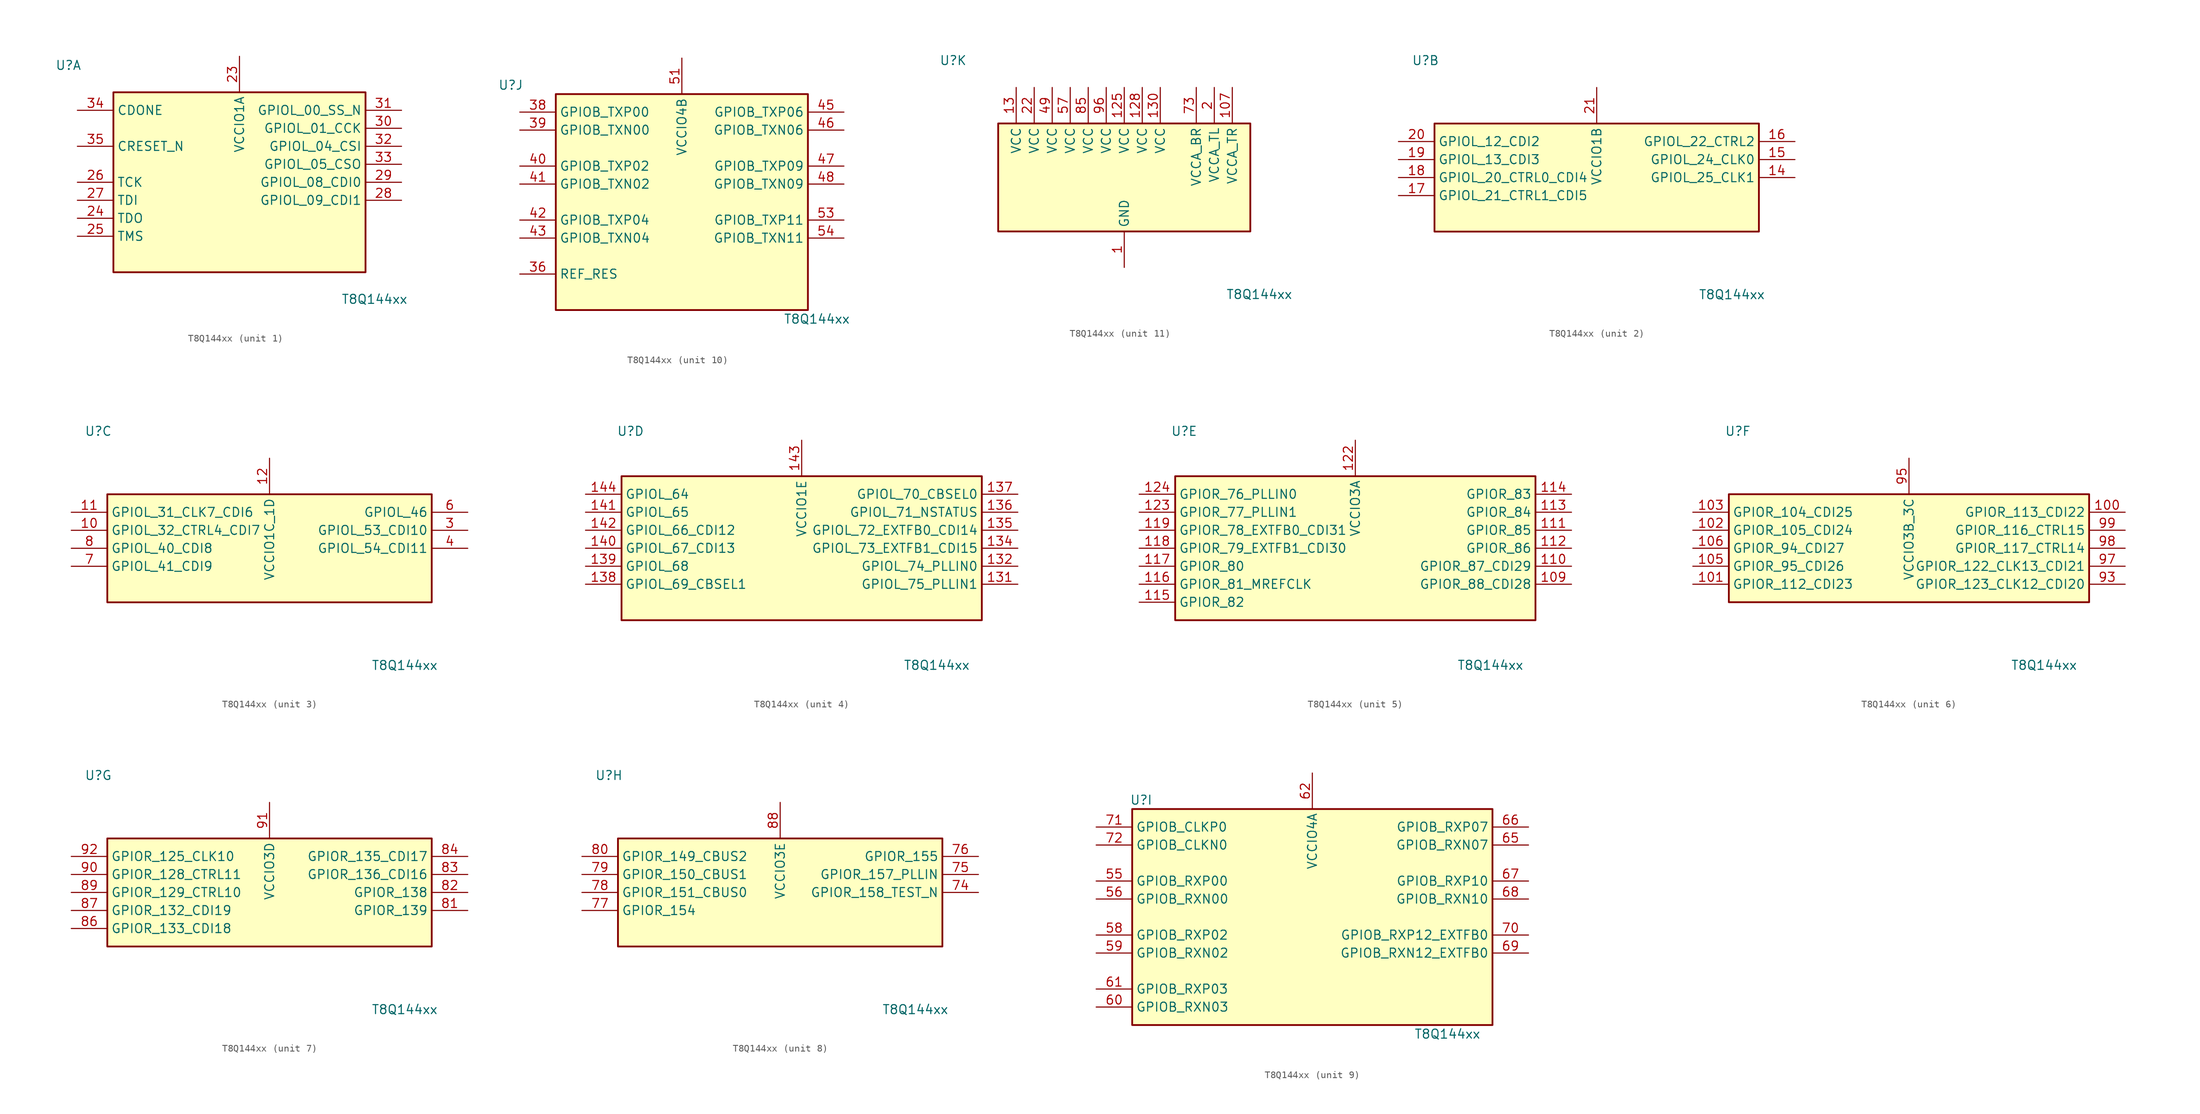
<source format=kicad_sym>
(kicad_symbol_lib
  (version 20211014)
  (generator kicad_symbol_editor)
  (symbol "T8Q144xx"
    (property "Reference" "U"
      (at -24.13 16.51 0)
      (effects (font (size 1.27 1.27))))
    (property "Value" "T8Q144xx"
      (at 19.05 -16.51 0)
      (effects (font (size 1.27 1.27))))
    (property "ki_locked" ""
      (at 0 0 0)
      (effects (font (size 1.27 1.27))))
    (symbol "T8Q144xx_1_1"
      (rectangle (start -17.78 12.7) (end 17.78 -12.7) (stroke (width 0.254) (type default) (color 0 0 0 0)) (fill (type background)))
      (pin power_in line (at 0 17.78 270) (length 5.08) (name "VCCIO1A" (effects (font (size 1.27 1.27)))) (number "23" (effects (font (size 1.27 1.27)))))
      (pin output line (at -22.86 -5.08 0) (length 5.08) (name "TDO" (effects (font (size 1.27 1.27)))) (number "24" (effects (font (size 1.27 1.27)))))
      (pin input line (at -22.86 -7.62 0) (length 5.08) (name "TMS" (effects (font (size 1.27 1.27)))) (number "25" (effects (font (size 1.27 1.27)))))
      (pin input line (at -22.86 0 0) (length 5.08) (name "TCK" (effects (font (size 1.27 1.27)))) (number "26" (effects (font (size 1.27 1.27)))))
      (pin input line (at -22.86 -2.54 0) (length 5.08) (name "TDI" (effects (font (size 1.27 1.27)))) (number "27" (effects (font (size 1.27 1.27)))))
      (pin bidirectional line (at 22.86 -2.54 180) (length 5.08) (name "GPIOL_09_CDI1" (effects (font (size 1.27 1.27)))) (number "28" (effects (font (size 1.27 1.27)))))
      (pin bidirectional line (at 22.86 0 180) (length 5.08) (name "GPIOL_08_CDI0" (effects (font (size 1.27 1.27)))) (number "29" (effects (font (size 1.27 1.27)))))
      (pin bidirectional line (at 22.86 7.62 180) (length 5.08) (name "GPIOL_01_CCK" (effects (font (size 1.27 1.27)))) (number "30" (effects (font (size 1.27 1.27)))))
      (pin bidirectional line (at 22.86 10.16 180) (length 5.08) (name "GPIOL_00_SS_N" (effects (font (size 1.27 1.27)))) (number "31" (effects (font (size 1.27 1.27)))))
      (pin bidirectional line (at 22.86 5.08 180) (length 5.08) (name "GPIOL_04_CSI" (effects (font (size 1.27 1.27)))) (number "32" (effects (font (size 1.27 1.27)))))
      (pin bidirectional line (at 22.86 2.54 180) (length 5.08) (name "GPIOL_05_CSO" (effects (font (size 1.27 1.27)))) (number "33" (effects (font (size 1.27 1.27)))))
      (pin bidirectional line (at -22.86 10.16 0) (length 5.08) (name "CDONE" (effects (font (size 1.27 1.27)))) (number "34" (effects (font (size 1.27 1.27)))))
      (pin bidirectional line (at -22.86 5.08 0) (length 5.08) (name "CRESET_N" (effects (font (size 1.27 1.27)))) (number "35" (effects (font (size 1.27 1.27))))))
    (symbol "T8Q144xx_2_1"
      (rectangle (start -22.86 7.62) (end 22.86 -7.62) (stroke (width 0.254) (type default) (color 0 0 0 0)) (fill (type background)))
      (pin bidirectional line (at 27.94 0 180) (length 5.08) (name "GPIOL_25_CLK1" (effects (font (size 1.27 1.27)))) (number "14" (effects (font (size 1.27 1.27)))))
      (pin bidirectional line (at 27.94 2.54 180) (length 5.08) (name "GPIOL_24_CLK0" (effects (font (size 1.27 1.27)))) (number "15" (effects (font (size 1.27 1.27)))))
      (pin bidirectional line (at 27.94 5.08 180) (length 5.08) (name "GPIOL_22_CTRL2" (effects (font (size 1.27 1.27)))) (number "16" (effects (font (size 1.27 1.27)))))
      (pin bidirectional line (at -27.94 -2.54 0) (length 5.08) (name "GPIOL_21_CTRL1_CDI5" (effects (font (size 1.27 1.27)))) (number "17" (effects (font (size 1.27 1.27)))))
      (pin bidirectional line (at -27.94 0 0) (length 5.08) (name "GPIOL_20_CTRL0_CDI4" (effects (font (size 1.27 1.27)))) (number "18" (effects (font (size 1.27 1.27)))))
      (pin bidirectional line (at -27.94 2.54 0) (length 5.08) (name "GPIOL_13_CDI3" (effects (font (size 1.27 1.27)))) (number "19" (effects (font (size 1.27 1.27)))))
      (pin bidirectional line (at -27.94 5.08 0) (length 5.08) (name "GPIOL_12_CDI2" (effects (font (size 1.27 1.27)))) (number "20" (effects (font (size 1.27 1.27)))))
      (pin power_in line (at 0 12.7 270) (length 5.08) (name "VCCIO1B" (effects (font (size 1.27 1.27)))) (number "21" (effects (font (size 1.27 1.27))))))
    (symbol "T8Q144xx_3_1"
      (rectangle (start -22.86 7.62) (end 22.86 -7.62) (stroke (width 0.254) (type default) (color 0 0 0 0)) (fill (type background)))
      (pin bidirectional line (at -27.94 2.54 0) (length 5.08) (name "GPIOL_32_CTRL4_CDI7" (effects (font (size 1.27 1.27)))) (number "10" (effects (font (size 1.27 1.27)))))
      (pin bidirectional line (at -27.94 5.08 0) (length 5.08) (name "GPIOL_31_CLK7_CDI6" (effects (font (size 1.27 1.27)))) (number "11" (effects (font (size 1.27 1.27)))))
      (pin power_in line (at 0 12.7 270) (length 5.08) (name "VCCIO1C_1D" (effects (font (size 1.27 1.27)))) (number "12" (effects (font (size 1.27 1.27)))))
      (pin bidirectional line (at 27.94 2.54 180) (length 5.08) (name "GPIOL_53_CDI10" (effects (font (size 1.27 1.27)))) (number "3" (effects (font (size 1.27 1.27)))))
      (pin bidirectional line (at 27.94 0 180) (length 5.08) (name "GPIOL_54_CDI11" (effects (font (size 1.27 1.27)))) (number "4" (effects (font (size 1.27 1.27)))))
      (pin bidirectional line (at 27.94 5.08 180) (length 5.08) (name "GPIOL_46" (effects (font (size 1.27 1.27)))) (number "6" (effects (font (size 1.27 1.27)))))
      (pin bidirectional line (at -27.94 -2.54 0) (length 5.08) (name "GPIOL_41_CDI9" (effects (font (size 1.27 1.27)))) (number "7" (effects (font (size 1.27 1.27)))))
      (pin bidirectional line (at -27.94 0 0) (length 5.08) (name "GPIOL_40_CDI8" (effects (font (size 1.27 1.27)))) (number "8" (effects (font (size 1.27 1.27))))))
    (symbol "T8Q144xx_4_1"
      (rectangle (start -25.4 10.16) (end 25.4 -10.16) (stroke (width 0.254) (type default) (color 0 0 0 0)) (fill (type background)))
      (pin bidirectional line (at 30.48 -5.08 180) (length 5.08) (name "GPIOL_75_PLLIN1" (effects (font (size 1.27 1.27)))) (number "131" (effects (font (size 1.27 1.27)))))
      (pin bidirectional line (at 30.48 -2.54 180) (length 5.08) (name "GPIOL_74_PLLIN0" (effects (font (size 1.27 1.27)))) (number "132" (effects (font (size 1.27 1.27)))))
      (pin bidirectional line (at 30.48 0 180) (length 5.08) (name "GPIOL_73_EXTFB1_CDI15" (effects (font (size 1.27 1.27)))) (number "134" (effects (font (size 1.27 1.27)))))
      (pin bidirectional line (at 30.48 2.54 180) (length 5.08) (name "GPIOL_72_EXTFB0_CDI14" (effects (font (size 1.27 1.27)))) (number "135" (effects (font (size 1.27 1.27)))))
      (pin bidirectional line (at 30.48 5.08 180) (length 5.08) (name "GPIOL_71_NSTATUS" (effects (font (size 1.27 1.27)))) (number "136" (effects (font (size 1.27 1.27)))))
      (pin bidirectional line (at 30.48 7.62 180) (length 5.08) (name "GPIOL_70_CBSEL0" (effects (font (size 1.27 1.27)))) (number "137" (effects (font (size 1.27 1.27)))))
      (pin bidirectional line (at -30.48 -5.08 0) (length 5.08) (name "GPIOL_69_CBSEL1" (effects (font (size 1.27 1.27)))) (number "138" (effects (font (size 1.27 1.27)))))
      (pin bidirectional line (at -30.48 -2.54 0) (length 5.08) (name "GPIOL_68" (effects (font (size 1.27 1.27)))) (number "139" (effects (font (size 1.27 1.27)))))
      (pin bidirectional line (at -30.48 0 0) (length 5.08) (name "GPIOL_67_CDI13" (effects (font (size 1.27 1.27)))) (number "140" (effects (font (size 1.27 1.27)))))
      (pin bidirectional line (at -30.48 5.08 0) (length 5.08) (name "GPIOL_65" (effects (font (size 1.27 1.27)))) (number "141" (effects (font (size 1.27 1.27)))))
      (pin bidirectional line (at -30.48 2.54 0) (length 5.08) (name "GPIOL_66_CDI12" (effects (font (size 1.27 1.27)))) (number "142" (effects (font (size 1.27 1.27)))))
      (pin power_in line (at 0 15.24 270) (length 5.08) (name "VCCIO1E" (effects (font (size 1.27 1.27)))) (number "143" (effects (font (size 1.27 1.27)))))
      (pin bidirectional line (at -30.48 7.62 0) (length 5.08) (name "GPIOL_64" (effects (font (size 1.27 1.27)))) (number "144" (effects (font (size 1.27 1.27))))))
    (symbol "T8Q144xx_5_1"
      (rectangle (start -25.4 10.16) (end 25.4 -10.16) (stroke (width 0.254) (type default) (color 0 0 0 0)) (fill (type background)))
      (pin bidirectional line (at 30.48 -5.08 180) (length 5.08) (name "GPIOR_88_CDI28" (effects (font (size 1.27 1.27)))) (number "109" (effects (font (size 1.27 1.27)))))
      (pin bidirectional line (at 30.48 -2.54 180) (length 5.08) (name "GPIOR_87_CDI29" (effects (font (size 1.27 1.27)))) (number "110" (effects (font (size 1.27 1.27)))))
      (pin bidirectional line (at 30.48 2.54 180) (length 5.08) (name "GPIOR_85" (effects (font (size 1.27 1.27)))) (number "111" (effects (font (size 1.27 1.27)))))
      (pin bidirectional line (at 30.48 0 180) (length 5.08) (name "GPIOR_86" (effects (font (size 1.27 1.27)))) (number "112" (effects (font (size 1.27 1.27)))))
      (pin bidirectional line (at 30.48 5.08 180) (length 5.08) (name "GPIOR_84" (effects (font (size 1.27 1.27)))) (number "113" (effects (font (size 1.27 1.27)))))
      (pin bidirectional line (at 30.48 7.62 180) (length 5.08) (name "GPIOR_83" (effects (font (size 1.27 1.27)))) (number "114" (effects (font (size 1.27 1.27)))))
      (pin bidirectional line (at -30.48 -7.62 0) (length 5.08) (name "GPIOR_82" (effects (font (size 1.27 1.27)))) (number "115" (effects (font (size 1.27 1.27)))))
      (pin bidirectional line (at -30.48 -5.08 0) (length 5.08) (name "GPIOR_81_MREFCLK" (effects (font (size 1.27 1.27)))) (number "116" (effects (font (size 1.27 1.27)))))
      (pin bidirectional line (at -30.48 -2.54 0) (length 5.08) (name "GPIOR_80" (effects (font (size 1.27 1.27)))) (number "117" (effects (font (size 1.27 1.27)))))
      (pin bidirectional line (at -30.48 0 0) (length 5.08) (name "GPIOR_79_EXTFB1_CDI30" (effects (font (size 1.27 1.27)))) (number "118" (effects (font (size 1.27 1.27)))))
      (pin bidirectional line (at -30.48 2.54 0) (length 5.08) (name "GPIOR_78_EXTFB0_CDI31" (effects (font (size 1.27 1.27)))) (number "119" (effects (font (size 1.27 1.27)))))
      (pin power_in line (at 0 15.24 270) (length 5.08) (name "VCCIO3A" (effects (font (size 1.27 1.27)))) (number "122" (effects (font (size 1.27 1.27)))))
      (pin bidirectional line (at -30.48 5.08 0) (length 5.08) (name "GPIOR_77_PLLIN1" (effects (font (size 1.27 1.27)))) (number "123" (effects (font (size 1.27 1.27)))))
      (pin bidirectional line (at -30.48 7.62 0) (length 5.08) (name "GPIOR_76_PLLIN0" (effects (font (size 1.27 1.27)))) (number "124" (effects (font (size 1.27 1.27))))))
    (symbol "T8Q144xx_6_1"
      (rectangle (start -25.4 7.62) (end 25.4 -7.62) (stroke (width 0.254) (type default) (color 0 0 0 0)) (fill (type background)))
      (pin bidirectional line (at 30.48 5.08 180) (length 5.08) (name "GPIOR_113_CDI22" (effects (font (size 1.27 1.27)))) (number "100" (effects (font (size 1.27 1.27)))))
      (pin bidirectional line (at -30.48 -5.08 0) (length 5.08) (name "GPIOR_112_CDI23" (effects (font (size 1.27 1.27)))) (number "101" (effects (font (size 1.27 1.27)))))
      (pin bidirectional line (at -30.48 2.54 0) (length 5.08) (name "GPIOR_105_CDI24" (effects (font (size 1.27 1.27)))) (number "102" (effects (font (size 1.27 1.27)))))
      (pin bidirectional line (at -30.48 5.08 0) (length 5.08) (name "GPIOR_104_CDI25" (effects (font (size 1.27 1.27)))) (number "103" (effects (font (size 1.27 1.27)))))
      (pin bidirectional line (at -30.48 -2.54 0) (length 5.08) (name "GPIOR_95_CDI26" (effects (font (size 1.27 1.27)))) (number "105" (effects (font (size 1.27 1.27)))))
      (pin bidirectional line (at -30.48 0 0) (length 5.08) (name "GPIOR_94_CDI27" (effects (font (size 1.27 1.27)))) (number "106" (effects (font (size 1.27 1.27)))))
      (pin bidirectional line (at 30.48 -5.08 180) (length 5.08) (name "GPIOR_123_CLK12_CDI20" (effects (font (size 1.27 1.27)))) (number "93" (effects (font (size 1.27 1.27)))))
      (pin power_in line (at 0 12.7 270) (length 5.08) (name "VCCIO3B_3C" (effects (font (size 1.27 1.27)))) (number "95" (effects (font (size 1.27 1.27)))))
      (pin bidirectional line (at 30.48 -2.54 180) (length 5.08) (name "GPIOR_122_CLK13_CDI21" (effects (font (size 1.27 1.27)))) (number "97" (effects (font (size 1.27 1.27)))))
      (pin bidirectional line (at 30.48 0 180) (length 5.08) (name "GPIOR_117_CTRL14" (effects (font (size 1.27 1.27)))) (number "98" (effects (font (size 1.27 1.27)))))
      (pin bidirectional line (at 30.48 2.54 180) (length 5.08) (name "GPIOR_116_CTRL15" (effects (font (size 1.27 1.27)))) (number "99" (effects (font (size 1.27 1.27))))))
    (symbol "T8Q144xx_7_1"
      (rectangle (start -22.86 7.62) (end 22.86 -7.62) (stroke (width 0.254) (type default) (color 0 0 0 0)) (fill (type background)))
      (pin bidirectional line (at 27.94 -2.54 180) (length 5.08) (name "GPIOR_139" (effects (font (size 1.27 1.27)))) (number "81" (effects (font (size 1.27 1.27)))))
      (pin bidirectional line (at 27.94 0 180) (length 5.08) (name "GPIOR_138" (effects (font (size 1.27 1.27)))) (number "82" (effects (font (size 1.27 1.27)))))
      (pin bidirectional line (at 27.94 2.54 180) (length 5.08) (name "GPIOR_136_CDI16" (effects (font (size 1.27 1.27)))) (number "83" (effects (font (size 1.27 1.27)))))
      (pin bidirectional line (at 27.94 5.08 180) (length 5.08) (name "GPIOR_135_CDI17" (effects (font (size 1.27 1.27)))) (number "84" (effects (font (size 1.27 1.27)))))
      (pin bidirectional line (at -27.94 -5.08 0) (length 5.08) (name "GPIOR_133_CDI18" (effects (font (size 1.27 1.27)))) (number "86" (effects (font (size 1.27 1.27)))))
      (pin bidirectional line (at -27.94 -2.54 0) (length 5.08) (name "GPIOR_132_CDI19" (effects (font (size 1.27 1.27)))) (number "87" (effects (font (size 1.27 1.27)))))
      (pin bidirectional line (at -27.94 0 0) (length 5.08) (name "GPIOR_129_CTRL10" (effects (font (size 1.27 1.27)))) (number "89" (effects (font (size 1.27 1.27)))))
      (pin bidirectional line (at -27.94 2.54 0) (length 5.08) (name "GPIOR_128_CTRL11" (effects (font (size 1.27 1.27)))) (number "90" (effects (font (size 1.27 1.27)))))
      (pin power_in line (at 0 12.7 270) (length 5.08) (name "VCCIO3D" (effects (font (size 1.27 1.27)))) (number "91" (effects (font (size 1.27 1.27)))))
      (pin bidirectional line (at -27.94 5.08 0) (length 5.08) (name "GPIOR_125_CLK10" (effects (font (size 1.27 1.27)))) (number "92" (effects (font (size 1.27 1.27))))))
    (symbol "T8Q144xx_8_1"
      (rectangle (start -22.86 7.62) (end 22.86 -7.62) (stroke (width 0.254) (type default) (color 0 0 0 0)) (fill (type background)))
      (pin bidirectional line (at 27.94 0 180) (length 5.08) (name "GPIOR_158_TEST_N" (effects (font (size 1.27 1.27)))) (number "74" (effects (font (size 1.27 1.27)))))
      (pin bidirectional line (at 27.94 2.54 180) (length 5.08) (name "GPIOR_157_PLLIN" (effects (font (size 1.27 1.27)))) (number "75" (effects (font (size 1.27 1.27)))))
      (pin bidirectional line (at 27.94 5.08 180) (length 5.08) (name "GPIOR_155" (effects (font (size 1.27 1.27)))) (number "76" (effects (font (size 1.27 1.27)))))
      (pin bidirectional line (at -27.94 -2.54 0) (length 5.08) (name "GPIOR_154" (effects (font (size 1.27 1.27)))) (number "77" (effects (font (size 1.27 1.27)))))
      (pin bidirectional line (at -27.94 0 0) (length 5.08) (name "GPIOR_151_CBUS0" (effects (font (size 1.27 1.27)))) (number "78" (effects (font (size 1.27 1.27)))))
      (pin bidirectional line (at -27.94 2.54 0) (length 5.08) (name "GPIOR_150_CBUS1" (effects (font (size 1.27 1.27)))) (number "79" (effects (font (size 1.27 1.27)))))
      (pin bidirectional line (at -27.94 5.08 0) (length 5.08) (name "GPIOR_149_CBUS2" (effects (font (size 1.27 1.27)))) (number "80" (effects (font (size 1.27 1.27)))))
      (pin power_in line (at 0 12.7 270) (length 5.08) (name "VCCIO3E" (effects (font (size 1.27 1.27)))) (number "88" (effects (font (size 1.27 1.27))))))
    (symbol "T8Q144xx_9_1"
      (rectangle (start -25.4 15.24) (end 25.4 -15.24) (stroke (width 0.254) (type default) (color 0 0 0 0)) (fill (type background)))
      (pin bidirectional line (at -30.48 5.08 0) (length 5.08) (name "GPIOB_RXP00" (effects (font (size 1.27 1.27)))) (number "55" (effects (font (size 1.27 1.27)))))
      (pin bidirectional line (at -30.48 2.54 0) (length 5.08) (name "GPIOB_RXN00" (effects (font (size 1.27 1.27)))) (number "56" (effects (font (size 1.27 1.27)))))
      (pin bidirectional line (at -30.48 -2.54 0) (length 5.08) (name "GPIOB_RXP02" (effects (font (size 1.27 1.27)))) (number "58" (effects (font (size 1.27 1.27)))))
      (pin bidirectional line (at -30.48 -5.08 0) (length 5.08) (name "GPIOB_RXN02" (effects (font (size 1.27 1.27)))) (number "59" (effects (font (size 1.27 1.27)))))
      (pin bidirectional line (at -30.48 -12.7 0) (length 5.08) (name "GPIOB_RXN03" (effects (font (size 1.27 1.27)))) (number "60" (effects (font (size 1.27 1.27)))))
      (pin bidirectional line (at -30.48 -10.16 0) (length 5.08) (name "GPIOB_RXP03" (effects (font (size 1.27 1.27)))) (number "61" (effects (font (size 1.27 1.27)))))
      (pin power_in line (at 0 20.32 270) (length 5.08) (name "VCCIO4A" (effects (font (size 1.27 1.27)))) (number "62" (effects (font (size 1.27 1.27)))))
      (pin passive line (at 0 20.32 270) (length 5.08) hide (name "VCCIO4A" (effects (font (size 1.27 1.27)))) (number "63" (effects (font (size 1.27 1.27)))))
      (pin bidirectional line (at 30.48 10.16 180) (length 5.08) (name "GPIOB_RXN07" (effects (font (size 1.27 1.27)))) (number "65" (effects (font (size 1.27 1.27)))))
      (pin bidirectional line (at 30.48 12.7 180) (length 5.08) (name "GPIOB_RXP07" (effects (font (size 1.27 1.27)))) (number "66" (effects (font (size 1.27 1.27)))))
      (pin bidirectional line (at 30.48 5.08 180) (length 5.08) (name "GPIOB_RXP10" (effects (font (size 1.27 1.27)))) (number "67" (effects (font (size 1.27 1.27)))))
      (pin bidirectional line (at 30.48 2.54 180) (length 5.08) (name "GPIOB_RXN10" (effects (font (size 1.27 1.27)))) (number "68" (effects (font (size 1.27 1.27)))))
      (pin bidirectional line (at 30.48 -5.08 180) (length 5.08) (name "GPIOB_RXN12_EXTFB0" (effects (font (size 1.27 1.27)))) (number "69" (effects (font (size 1.27 1.27)))))
      (pin bidirectional line (at 30.48 -2.54 180) (length 5.08) (name "GPIOB_RXP12_EXTFB0" (effects (font (size 1.27 1.27)))) (number "70" (effects (font (size 1.27 1.27)))))
      (pin bidirectional line (at -30.48 12.7 0) (length 5.08) (name "GPIOB_CLKP0" (effects (font (size 1.27 1.27)))) (number "71" (effects (font (size 1.27 1.27)))))
      (pin bidirectional line (at -30.48 10.16 0) (length 5.08) (name "GPIOB_CLKN0" (effects (font (size 1.27 1.27)))) (number "72" (effects (font (size 1.27 1.27))))))
    (symbol "T8Q144xx_10_1"
      (rectangle (start -17.78 15.24) (end 17.78 -15.24) (stroke (width 0.254) (type default) (color 0 0 0 0)) (fill (type background)))
      (pin passive line (at -22.86 -10.16 0) (length 5.08) (name "REF_RES" (effects (font (size 1.27 1.27)))) (number "36" (effects (font (size 1.27 1.27)))))
      (pin bidirectional line (at -22.86 12.7 0) (length 5.08) (name "GPIOB_TXP00" (effects (font (size 1.27 1.27)))) (number "38" (effects (font (size 1.27 1.27)))))
      (pin bidirectional line (at -22.86 10.16 0) (length 5.08) (name "GPIOB_TXN00" (effects (font (size 1.27 1.27)))) (number "39" (effects (font (size 1.27 1.27)))))
      (pin bidirectional line (at -22.86 5.08 0) (length 5.08) (name "GPIOB_TXP02" (effects (font (size 1.27 1.27)))) (number "40" (effects (font (size 1.27 1.27)))))
      (pin bidirectional line (at -22.86 2.54 0) (length 5.08) (name "GPIOB_TXN02" (effects (font (size 1.27 1.27)))) (number "41" (effects (font (size 1.27 1.27)))))
      (pin bidirectional line (at -22.86 -2.54 0) (length 5.08) (name "GPIOB_TXP04" (effects (font (size 1.27 1.27)))) (number "42" (effects (font (size 1.27 1.27)))))
      (pin bidirectional line (at -22.86 -5.08 0) (length 5.08) (name "GPIOB_TXN04" (effects (font (size 1.27 1.27)))) (number "43" (effects (font (size 1.27 1.27)))))
      (pin bidirectional line (at 22.86 12.7 180) (length 5.08) (name "GPIOB_TXP06" (effects (font (size 1.27 1.27)))) (number "45" (effects (font (size 1.27 1.27)))))
      (pin bidirectional line (at 22.86 10.16 180) (length 5.08) (name "GPIOB_TXN06" (effects (font (size 1.27 1.27)))) (number "46" (effects (font (size 1.27 1.27)))))
      (pin bidirectional line (at 22.86 5.08 180) (length 5.08) (name "GPIOB_TXP09" (effects (font (size 1.27 1.27)))) (number "47" (effects (font (size 1.27 1.27)))))
      (pin bidirectional line (at 22.86 2.54 180) (length 5.08) (name "GPIOB_TXN09" (effects (font (size 1.27 1.27)))) (number "48" (effects (font (size 1.27 1.27)))))
      (pin power_in line (at 0 20.32 270) (length 5.08) (name "VCCIO4B" (effects (font (size 1.27 1.27)))) (number "51" (effects (font (size 1.27 1.27)))))
      (pin passive line (at 0 20.32 270) (length 5.08) hide (name "VCCIO4B" (effects (font (size 1.27 1.27)))) (number "52" (effects (font (size 1.27 1.27)))))
      (pin bidirectional line (at 22.86 -2.54 180) (length 5.08) (name "GPIOB_TXP11" (effects (font (size 1.27 1.27)))) (number "53" (effects (font (size 1.27 1.27)))))
      (pin bidirectional line (at 22.86 -5.08 180) (length 5.08) (name "GPIOB_TXN11" (effects (font (size 1.27 1.27)))) (number "54" (effects (font (size 1.27 1.27))))))
    (symbol "T8Q144xx_11_1"
      (rectangle (start -17.78 7.62) (end 17.78 -7.62) (stroke (width 0.254) (type default) (color 0 0 0 0)) (fill (type background)))
      (pin power_in line (at 0 -12.7 90) (length 5.08) (name "GND" (effects (font (size 1.27 1.27)))) (number "1" (effects (font (size 1.27 1.27)))))
      (pin passive line (at 0 -12.7 90) (length 5.08) hide (name "GND" (effects (font (size 1.27 1.27)))) (number "104" (effects (font (size 1.27 1.27)))))
      (pin power_in line (at 15.24 12.7 270) (length 5.08) (name "VCCA_TR" (effects (font (size 1.27 1.27)))) (number "107" (effects (font (size 1.27 1.27)))))
      (pin passive line (at 0 -12.7 90) (length 5.08) hide (name "GND" (effects (font (size 1.27 1.27)))) (number "108" (effects (font (size 1.27 1.27)))))
      (pin passive line (at 0 -12.7 90) (length 5.08) hide (name "GND" (effects (font (size 1.27 1.27)))) (number "120" (effects (font (size 1.27 1.27)))))
      (pin passive line (at 0 -12.7 90) (length 5.08) hide (name "GND" (effects (font (size 1.27 1.27)))) (number "121" (effects (font (size 1.27 1.27)))))
      (pin power_in line (at 0 12.7 270) (length 5.08) (name "VCC" (effects (font (size 1.27 1.27)))) (number "125" (effects (font (size 1.27 1.27)))))
      (pin passive line (at 0 -12.7 90) (length 5.08) hide (name "GND" (effects (font (size 1.27 1.27)))) (number "126" (effects (font (size 1.27 1.27)))))
      (pin passive line (at 0 -12.7 90) (length 5.08) hide (name "GND" (effects (font (size 1.27 1.27)))) (number "127" (effects (font (size 1.27 1.27)))))
      (pin power_in line (at 2.54 12.7 270) (length 5.08) (name "VCC" (effects (font (size 1.27 1.27)))) (number "128" (effects (font (size 1.27 1.27)))))
      (pin passive line (at 0 -12.7 90) (length 5.08) hide (name "GND" (effects (font (size 1.27 1.27)))) (number "129" (effects (font (size 1.27 1.27)))))
      (pin power_in line (at -15.24 12.7 270) (length 5.08) (name "VCC" (effects (font (size 1.27 1.27)))) (number "13" (effects (font (size 1.27 1.27)))))
      (pin power_in line (at 5.08 12.7 270) (length 5.08) (name "VCC" (effects (font (size 1.27 1.27)))) (number "130" (effects (font (size 1.27 1.27)))))
      (pin passive line (at 0 -12.7 90) (length 5.08) hide (name "GND" (effects (font (size 1.27 1.27)))) (number "133" (effects (font (size 1.27 1.27)))))
      (pin power_in line (at 12.7 12.7 270) (length 5.08) (name "VCCA_TL" (effects (font (size 1.27 1.27)))) (number "2" (effects (font (size 1.27 1.27)))))
      (pin power_in line (at -12.7 12.7 270) (length 5.08) (name "VCC" (effects (font (size 1.27 1.27)))) (number "22" (effects (font (size 1.27 1.27)))))
      (pin passive line (at 0 -12.7 90) (length 5.08) hide (name "GND" (effects (font (size 1.27 1.27)))) (number "37" (effects (font (size 1.27 1.27)))))
      (pin passive line (at 0 -12.7 90) (length 5.08) hide (name "GND" (effects (font (size 1.27 1.27)))) (number "44" (effects (font (size 1.27 1.27)))))
      (pin power_in line (at -10.16 12.7 270) (length 5.08) (name "VCC" (effects (font (size 1.27 1.27)))) (number "49" (effects (font (size 1.27 1.27)))))
      (pin passive line (at 0 -12.7 90) (length 5.08) hide (name "GND" (effects (font (size 1.27 1.27)))) (number "5" (effects (font (size 1.27 1.27)))))
      (pin passive line (at 0 -12.7 90) (length 5.08) hide (name "GND" (effects (font (size 1.27 1.27)))) (number "50" (effects (font (size 1.27 1.27)))))
      (pin power_in line (at -7.62 12.7 270) (length 5.08) (name "VCC" (effects (font (size 1.27 1.27)))) (number "57" (effects (font (size 1.27 1.27)))))
      (pin passive line (at 0 -12.7 90) (length 5.08) hide (name "GND" (effects (font (size 1.27 1.27)))) (number "64" (effects (font (size 1.27 1.27)))))
      (pin power_in line (at 10.16 12.7 270) (length 5.08) (name "VCCA_BR" (effects (font (size 1.27 1.27)))) (number "73" (effects (font (size 1.27 1.27)))))
      (pin power_in line (at -5.08 12.7 270) (length 5.08) (name "VCC" (effects (font (size 1.27 1.27)))) (number "85" (effects (font (size 1.27 1.27)))))
      (pin passive line (at 0 -12.7 90) (length 5.08) hide (name "GND" (effects (font (size 1.27 1.27)))) (number "9" (effects (font (size 1.27 1.27)))))
      (pin passive line (at 0 -12.7 90) (length 5.08) hide (name "GND" (effects (font (size 1.27 1.27)))) (number "94" (effects (font (size 1.27 1.27)))))
      (pin power_in line (at -2.54 12.7 270) (length 5.08) (name "VCC" (effects (font (size 1.27 1.27)))) (number "96" (effects (font (size 1.27 1.27))))))))
</source>
